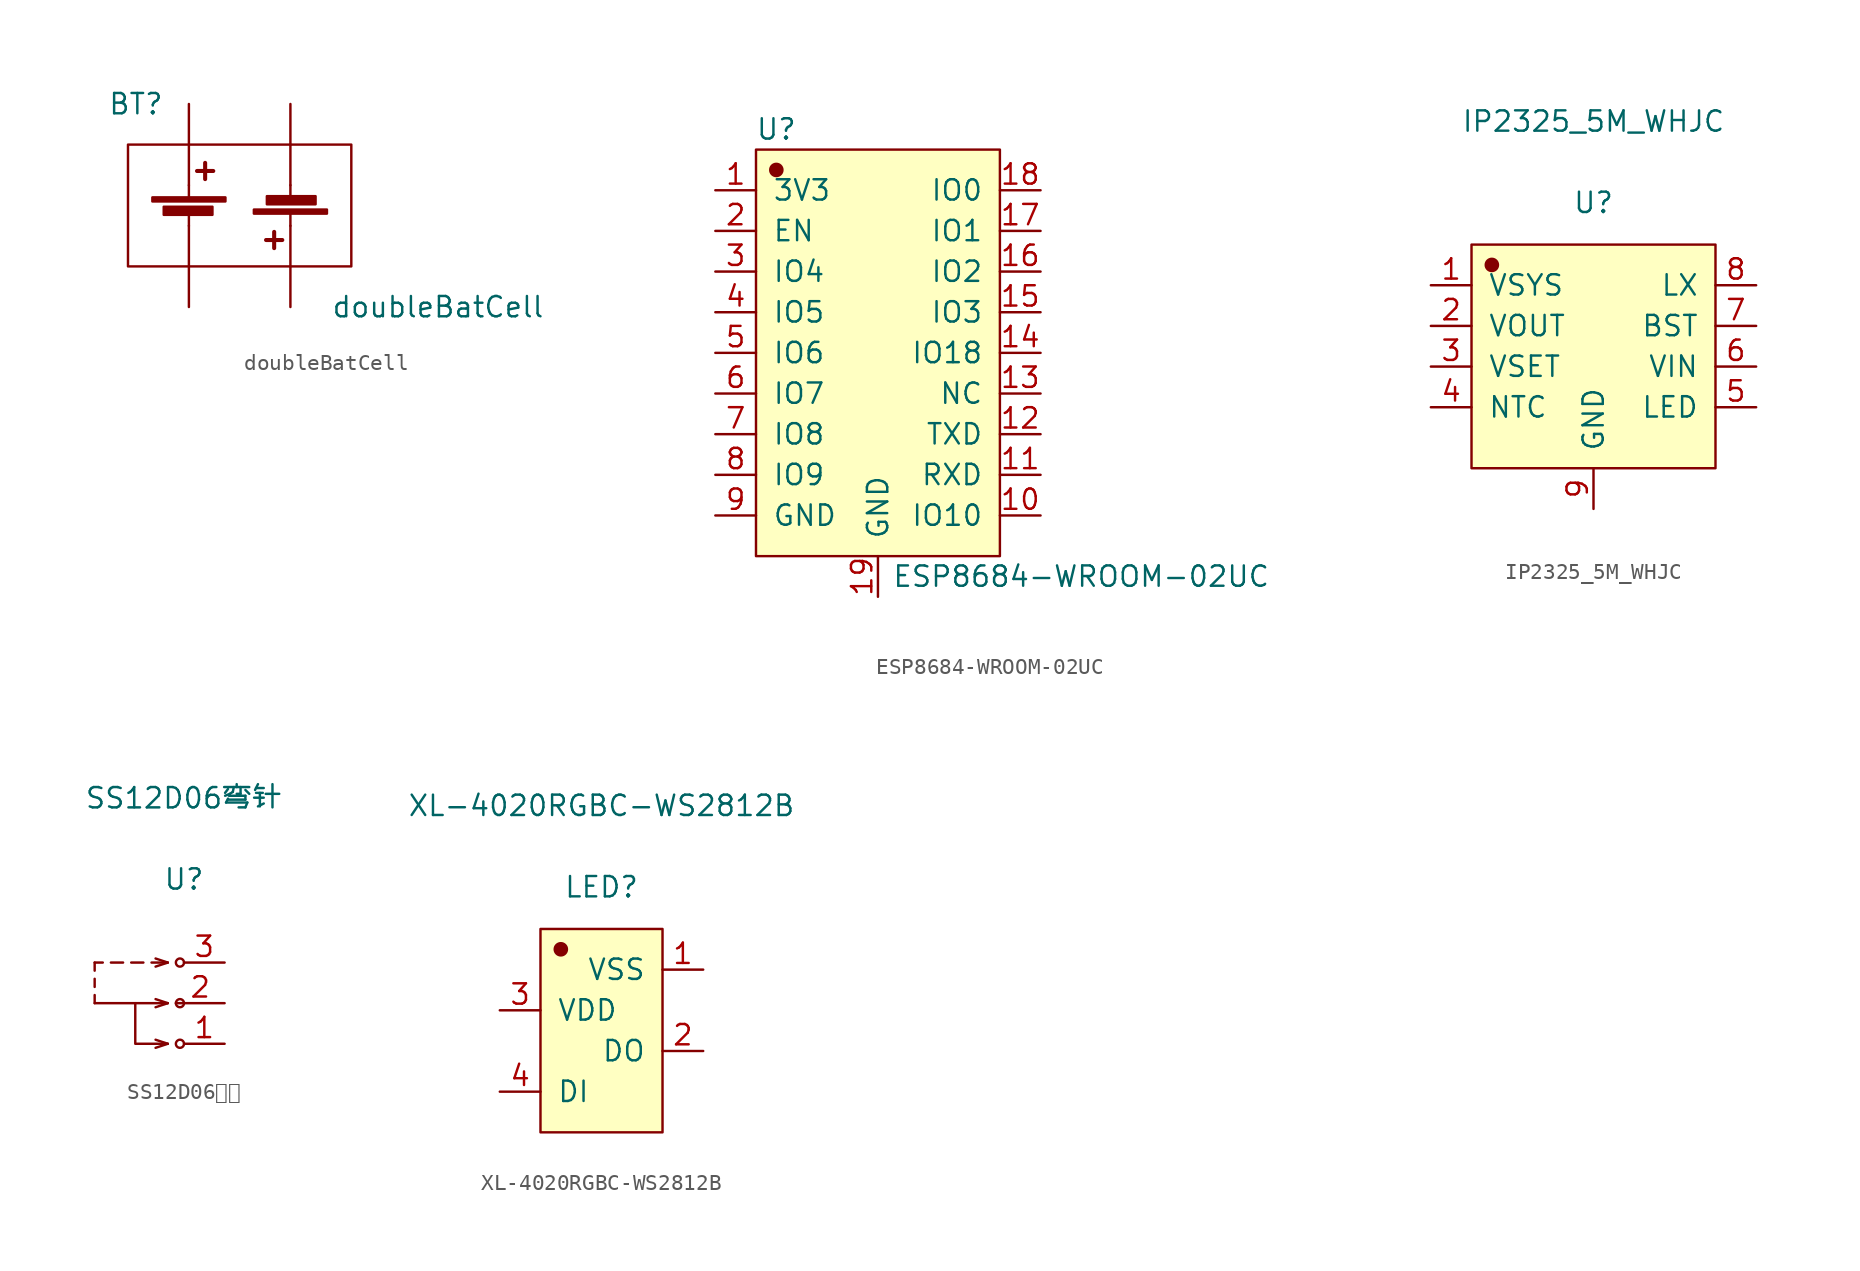
<source format=kicad_sym>
(kicad_symbol_lib
  (version 20220914)
  (generator kicad_symbol_editor)
  (symbol "doubleBatCell"
    (pin_numbers hide)
    (pin_names
      (offset 0) hide)
    (property "Reference" "BT"
      (at -7.62 6.35 0)
      (effects (font (size 1.27 1.27)) (justify left)))
    (property "Value" "doubleBatCell"
      (at 6.35 -6.35 0)
      (effects (font (size 1.27 1.27)) (justify left)))
    (symbol "doubleBatCell_0_1"
      (rectangle (start -6.35 3.81) (end 7.62 -3.81) (stroke (width 0) (type default)) (fill (type none)))
      (rectangle (start -4.826 0.508) (end -0.254 0.254) (stroke (width 0) (type default)) (fill (type outline)))
      (rectangle (start -4.115 -0.076) (end -1.067 -0.584) (stroke (width 0) (type default)) (fill (type outline)))
      (polyline (pts (xy -2.54 -1.27) (xy -2.54 -3.81)) (stroke (width 0) (type default)) (fill (type none)))
      (polyline (pts (xy -2.54 -0.508) (xy -2.54 -1.27)) (stroke (width 0) (type default)) (fill (type none)))
      (polyline (pts (xy -2.54 0.508) (xy -2.54 1.27)) (stroke (width 0) (type default)) (fill (type none)))
      (polyline (pts (xy -2.54 1.27) (xy -2.54 3.81)) (stroke (width 0) (type default)) (fill (type none)))
      (polyline (pts (xy -2.032 2.159) (xy -1.016 2.159)) (stroke (width 0.254) (type default)) (fill (type none)))
      (polyline (pts (xy -1.524 2.667) (xy -1.524 1.651)) (stroke (width 0.254) (type default)) (fill (type none)))
      (polyline (pts (xy 2.794 -2.667) (xy 2.794 -1.651)) (stroke (width 0.254) (type default)) (fill (type none)))
      (polyline (pts (xy 3.302 -2.159) (xy 2.286 -2.159)) (stroke (width 0.254) (type default)) (fill (type none)))
      (polyline (pts (xy 3.81 -1.27) (xy 3.81 -3.81)) (stroke (width 0) (type default)) (fill (type none)))
      (polyline (pts (xy 3.81 -0.508) (xy 3.81 -1.27)) (stroke (width 0) (type default)) (fill (type none)))
      (polyline (pts (xy 3.81 0.508) (xy 3.81 1.27)) (stroke (width 0) (type default)) (fill (type none)))
      (polyline (pts (xy 3.81 1.27) (xy 3.81 3.81)) (stroke (width 0) (type default)) (fill (type none)))
      (rectangle (start 5.385 0.076) (end 2.337 0.584) (stroke (width 0) (type default)) (fill (type outline)))
      (rectangle (start 6.096 -0.508) (end 1.524 -0.254) (stroke (width 0) (type default)) (fill (type outline))))
    (symbol "doubleBatCell_1_1"
      (pin passive line (at -2.54 6.35 270) (length 2.54) (name "+" (effects (font (size 1.27 1.27)))) (number "1" (effects (font (size 1.27 1.27)))))
      (pin passive line (at -2.54 -6.35 90) (length 2.54) (name "-" (effects (font (size 1.27 1.27)))) (number "2" (effects (font (size 1.27 1.27)))))
      (pin passive line (at 3.81 -6.35 90) (length 2.54) (name "+" (effects (font (size 1.27 1.27)))) (number "3" (effects (font (size 1.27 1.27)))))
      (pin passive line (at 3.81 6.35 270) (length 2.54) (name "-" (effects (font (size 1.27 1.27)))) (number "4" (effects (font (size 1.27 1.27)))))))
  (symbol "ESP8684-WROOM-02UC"
    (pin_names
      (offset 1.016))
    (property "Reference" "U"
      (at -6.35 13.97 0)
      (effects (font (size 1.27 1.27))))
    (property "Value" "ESP8684-WROOM-02UC"
      (at 12.7 -13.97 0)
      (effects (font (size 1.27 1.27))))
    (symbol "ESP8684-WROOM-02UC_1_1"
      (rectangle (start -7.62 12.7) (end 7.62 -12.7) (stroke (width 0.152) (type solid)) (fill (type background)))
      (circle (center -6.35 11.43) (radius 0.381) (stroke (width 0.152) (type solid)) (fill (type outline)))
      (pin input line (at -10.16 10.16 0) (length 2.54) (name "3V3" (effects (font (size 1.27 1.27)))) (number "1" (effects (font (size 1.27 1.27)))))
      (pin input line (at 10.16 -10.16 180) (length 2.54) (name "IO10" (effects (font (size 1.27 1.27)))) (number "10" (effects (font (size 1.27 1.27)))))
      (pin input line (at 10.16 -7.62 180) (length 2.54) (name "RXD" (effects (font (size 1.27 1.27)))) (number "11" (effects (font (size 1.27 1.27)))))
      (pin input line (at 10.16 -5.08 180) (length 2.54) (name "TXD" (effects (font (size 1.27 1.27)))) (number "12" (effects (font (size 1.27 1.27)))))
      (pin input line (at 10.16 -2.54 180) (length 2.54) (name "NC" (effects (font (size 1.27 1.27)))) (number "13" (effects (font (size 1.27 1.27)))))
      (pin input line (at 10.16 0 180) (length 2.54) (name "IO18" (effects (font (size 1.27 1.27)))) (number "14" (effects (font (size 1.27 1.27)))))
      (pin input line (at 10.16 2.54 180) (length 2.54) (name "IO3" (effects (font (size 1.27 1.27)))) (number "15" (effects (font (size 1.27 1.27)))))
      (pin input line (at 10.16 5.08 180) (length 2.54) (name "IO2" (effects (font (size 1.27 1.27)))) (number "16" (effects (font (size 1.27 1.27)))))
      (pin input line (at 10.16 7.62 180) (length 2.54) (name "IO1" (effects (font (size 1.27 1.27)))) (number "17" (effects (font (size 1.27 1.27)))))
      (pin input line (at 10.16 10.16 180) (length 2.54) (name "IO0" (effects (font (size 1.27 1.27)))) (number "18" (effects (font (size 1.27 1.27)))))
      (pin input line (at 0 -15.24 90) (length 2.54) (name "GND" (effects (font (size 1.27 1.27)))) (number "19" (effects (font (size 1.27 1.27)))))
      (pin input line (at -10.16 7.62 0) (length 2.54) (name "EN" (effects (font (size 1.27 1.27)))) (number "2" (effects (font (size 1.27 1.27)))))
      (pin input line (at -10.16 5.08 0) (length 2.54) (name "IO4" (effects (font (size 1.27 1.27)))) (number "3" (effects (font (size 1.27 1.27)))))
      (pin input line (at -10.16 2.54 0) (length 2.54) (name "IO5" (effects (font (size 1.27 1.27)))) (number "4" (effects (font (size 1.27 1.27)))))
      (pin input line (at -10.16 0 0) (length 2.54) (name "IO6" (effects (font (size 1.27 1.27)))) (number "5" (effects (font (size 1.27 1.27)))))
      (pin input line (at -10.16 -2.54 0) (length 2.54) (name "IO7" (effects (font (size 1.27 1.27)))) (number "6" (effects (font (size 1.27 1.27)))))
      (pin input line (at -10.16 -5.08 0) (length 2.54) (name "IO8" (effects (font (size 1.27 1.27)))) (number "7" (effects (font (size 1.27 1.27)))))
      (pin input line (at -10.16 -7.62 0) (length 2.54) (name "IO9" (effects (font (size 1.27 1.27)))) (number "8" (effects (font (size 1.27 1.27)))))
      (pin input line (at -10.16 -10.16 0) (length 2.54) (name "GND" (effects (font (size 1.27 1.27)))) (number "9" (effects (font (size 1.27 1.27)))))))
  (symbol "IP2325_5M_WHJC"
    (pin_names
      (offset 1.016))
    (property "Reference" "U"
      (at 0 11.506 0)
      (effects (font (size 1.27 1.27))))
    (property "Value" "IP2325_5M_WHJC"
      (at 0 16.586 0)
      (effects (font (size 1.27 1.27))))
    (symbol "IP2325_5M_WHJC_1_1"
      (rectangle (start -7.62 8.89) (end 7.62 -5.08) (stroke (width 0.152) (type solid)) (fill (type background)))
      (circle (center -6.35 7.62) (radius 0.381) (stroke (width 0.152) (type solid)) (fill (type outline)))
      (pin input line (at -10.16 6.35 0) (length 2.54) (name "VSYS" (effects (font (size 1.27 1.27)))) (number "1" (effects (font (size 1.27 1.27)))))
      (pin input line (at -10.16 3.81 0) (length 2.54) (name "VOUT" (effects (font (size 1.27 1.27)))) (number "2" (effects (font (size 1.27 1.27)))))
      (pin input line (at -10.16 1.27 0) (length 2.54) (name "VSET" (effects (font (size 1.27 1.27)))) (number "3" (effects (font (size 1.27 1.27)))))
      (pin input line (at -10.16 -1.27 0) (length 2.54) (name "NTC" (effects (font (size 1.27 1.27)))) (number "4" (effects (font (size 1.27 1.27)))))
      (pin input line (at 10.16 -1.27 180) (length 2.54) (name "LED" (effects (font (size 1.27 1.27)))) (number "5" (effects (font (size 1.27 1.27)))))
      (pin input line (at 10.16 1.27 180) (length 2.54) (name "VIN" (effects (font (size 1.27 1.27)))) (number "6" (effects (font (size 1.27 1.27)))))
      (pin input line (at 10.16 3.81 180) (length 2.54) (name "BST" (effects (font (size 1.27 1.27)))) (number "7" (effects (font (size 1.27 1.27)))))
      (pin input line (at 10.16 6.35 180) (length 2.54) (name "LX" (effects (font (size 1.27 1.27)))) (number "8" (effects (font (size 1.27 1.27)))))
      (pin input line (at 0 -7.62 90) (length 2.54) (name "GND" (effects (font (size 1.27 1.27)))) (number "9" (effects (font (size 1.27 1.27)))))))
  (symbol "SS12D06弯针"
    (pin_names
      (offset 1.016) hide)
    (property "Reference" "U"
      (at 0 7.747 0)
      (effects (font (size 1.27 1.27))))
    (property "Value" "SS12D06弯针"
      (at 0 12.827 0)
      (effects (font (size 1.27 1.27))))
    (symbol "SS12D06弯针_1_1"
      (circle (center -0.254 -2.54) (radius 0.254) (stroke (width 0.152) (type solid)) (fill (type none)))
      (circle (center -0.254 0) (radius 0.254) (stroke (width 0.152) (type solid)) (fill (type none)))
      (circle (center -0.254 2.54) (radius 0.254) (stroke (width 0.152) (type solid)) (fill (type none)))
      (polyline (pts (xy -5.588 0) (xy -5.588 0.508)) (stroke (width 0.152) (type solid)) (fill (type none)))
      (polyline (pts (xy -5.588 1.016) (xy -5.588 1.524)) (stroke (width 0.152) (type solid)) (fill (type none)))
      (polyline (pts (xy -5.588 2.032) (xy -5.588 2.54)) (stroke (width 0.152) (type solid)) (fill (type none)))
      (polyline (pts (xy -5.588 2.54) (xy -5.08 2.54)) (stroke (width 0.152) (type solid)) (fill (type none)))
      (polyline (pts (xy -4.572 2.54) (xy -3.81 2.54)) (stroke (width 0.152) (type solid)) (fill (type none)))
      (polyline (pts (xy -3.302 2.54) (xy -2.54 2.54)) (stroke (width 0.152) (type solid)) (fill (type none)))
      (polyline (pts (xy -3.048 0) (xy -5.588 0)) (stroke (width 0.152) (type solid)) (fill (type none)))
      (polyline (pts (xy -2.032 2.54) (xy -1.27 2.54)) (stroke (width 0.152) (type solid)) (fill (type none)))
      (polyline (pts (xy -1.27 2.54) (xy -1.016 2.54)) (stroke (width 0.152) (type solid)) (fill (type none)))
      (polyline (pts (xy -1.016 -2.54) (xy -1.778 -2.794)) (stroke (width 0.152) (type solid)) (fill (type none)))
      (polyline (pts (xy -1.016 -2.54) (xy -1.778 -2.286)) (stroke (width 0.152) (type solid)) (fill (type none)))
      (polyline (pts (xy -1.016 0) (xy -1.778 -0.254)) (stroke (width 0.152) (type solid)) (fill (type none)))
      (polyline (pts (xy -1.016 0) (xy -1.778 0.254)) (stroke (width 0.152) (type solid)) (fill (type none)))
      (polyline (pts (xy -1.016 2.54) (xy -1.778 2.286)) (stroke (width 0.152) (type solid)) (fill (type none)))
      (polyline (pts (xy -1.016 2.54) (xy -1.778 2.794)) (stroke (width 0.152) (type solid)) (fill (type none)))
      (polyline (pts (xy -1.016 -2.54) (xy -3.048 -2.54) (xy -3.048 0) (xy -1.016 0)) (stroke (width 0.152) (type solid)) (fill (type none)))
      (pin input line (at 2.54 -2.54 180) (length 2.54) (name "1" (effects (font (size 1.27 1.27)))) (number "1" (effects (font (size 1.27 1.27)))))
      (pin input line (at 2.54 0 180) (length 3.048) (name "2" (effects (font (size 1.27 1.27)))) (number "2" (effects (font (size 1.27 1.27)))))
      (pin input line (at 2.54 2.54 180) (length 2.54) (name "3" (effects (font (size 1.27 1.27)))) (number "3" (effects (font (size 1.27 1.27)))))))
  (symbol "XL-4020RGBC-WS2812B"
    (pin_names
      (offset 1.016))
    (property "Reference" "LED"
      (at 0 8.966 0)
      (effects (font (size 1.27 1.27))))
    (property "Value" "XL-4020RGBC-WS2812B"
      (at 0 14.046 0)
      (effects (font (size 1.27 1.27))))
    (symbol "XL-4020RGBC-WS2812B_1_1"
      (rectangle (start -3.81 6.35) (end 3.81 -6.35) (stroke (width 0.152) (type solid)) (fill (type background)))
      (circle (center -2.54 5.08) (radius 0.381) (stroke (width 0.152) (type solid)) (fill (type outline)))
      (pin input line (at 6.35 3.81 180) (length 2.54) (name "VSS" (effects (font (size 1.27 1.27)))) (number "1" (effects (font (size 1.27 1.27)))))
      (pin input line (at 6.35 -1.27 180) (length 2.54) (name "DO" (effects (font (size 1.27 1.27)))) (number "2" (effects (font (size 1.27 1.27)))))
      (pin input line (at -6.35 1.27 0) (length 2.54) (name "VDD" (effects (font (size 1.27 1.27)))) (number "3" (effects (font (size 1.27 1.27)))))
      (pin input line (at -6.35 -3.81 0) (length 2.54) (name "DI" (effects (font (size 1.27 1.27)))) (number "4" (effects (font (size 1.27 1.27))))))))
</source>
